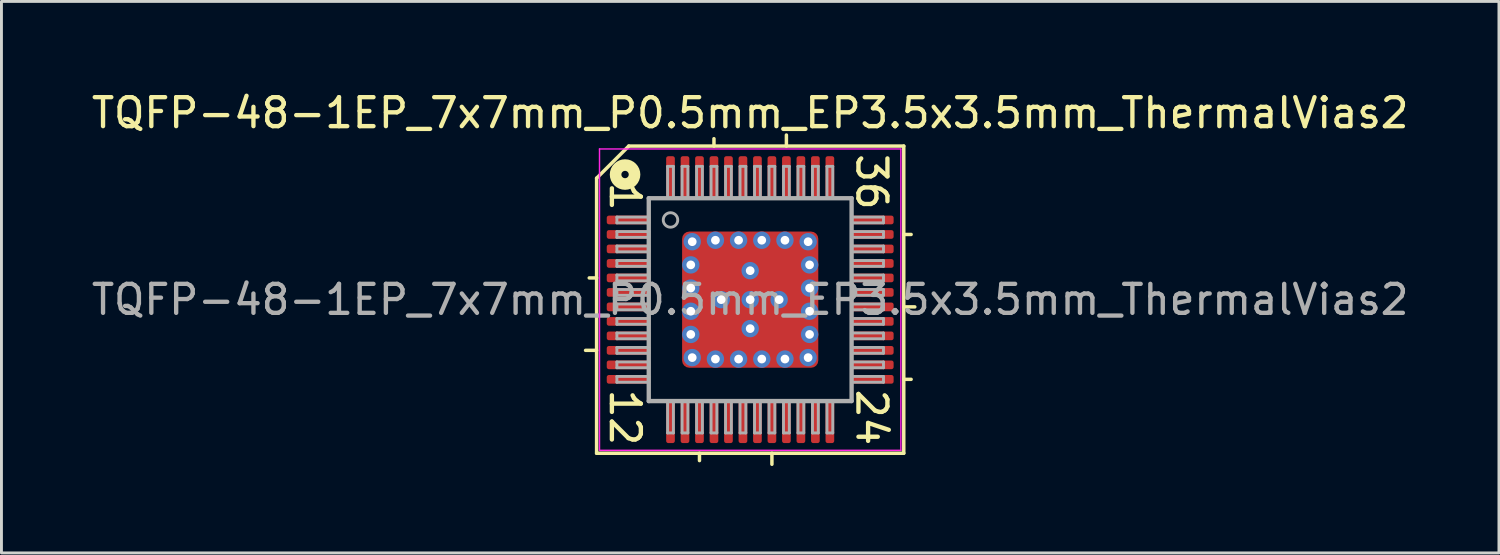
<source format=kicad_pcb>
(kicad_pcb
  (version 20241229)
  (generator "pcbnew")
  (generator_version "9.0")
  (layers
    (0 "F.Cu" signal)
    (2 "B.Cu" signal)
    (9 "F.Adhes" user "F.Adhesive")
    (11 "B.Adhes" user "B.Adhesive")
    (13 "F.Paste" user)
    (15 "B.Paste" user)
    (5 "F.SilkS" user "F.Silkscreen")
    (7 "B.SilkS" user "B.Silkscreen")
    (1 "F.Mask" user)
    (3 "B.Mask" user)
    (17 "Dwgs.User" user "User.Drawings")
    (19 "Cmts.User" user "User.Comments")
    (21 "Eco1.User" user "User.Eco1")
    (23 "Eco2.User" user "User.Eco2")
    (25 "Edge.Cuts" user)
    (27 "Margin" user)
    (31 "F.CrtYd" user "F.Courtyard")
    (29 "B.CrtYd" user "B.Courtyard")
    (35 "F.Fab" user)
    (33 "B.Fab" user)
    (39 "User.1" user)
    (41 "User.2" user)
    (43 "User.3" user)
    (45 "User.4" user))
  (footprint "TQFP-48-1EP_7x7mm_P0.5mm_EP3.5x3.5mm_ThermalVias2"
    (layer "F.Cu")
    (at 22.839 7.291)
    (property "Reference" "TQFP-48-1EP_7x7mm_P0.5mm_EP3.5x3.5mm_ThermalVias2" (at 0 -6.443 0) (layer "F.SilkS") (effects (font (size 1 1) (thickness 0.15))))
    (attr smd)
    (fp_line (start -5.3 -4.191) (end -5.3 5.3) (stroke (width 0.12) (type solid)) (layer "F.SilkS"))
    (fp_line (start -5.3 -0.75) (end -5.554 -0.75) (stroke (width 0.12) (type solid)) (layer "F.SilkS"))
    (fp_line (start -5.3 1.75) (end -5.681 1.75) (stroke (width 0.12) (type solid)) (layer "F.SilkS"))
    (fp_line (start -5.3 5.3) (end 5.3 5.3) (stroke (width 0.12) (type solid)) (layer "F.SilkS"))
    (fp_line (start -4.191 -5.3) (end -5.3 -4.191) (stroke (width 0.12) (type solid)) (layer "F.SilkS"))
    (fp_line (start -1.75 5.3) (end -1.75 5.554) (stroke (width 0.12) (type solid)) (layer "F.SilkS"))
    (fp_line (start -1.25 -5.3) (end -1.25 -5.554) (stroke (width 0.12) (type solid)) (layer "F.SilkS"))
    (fp_line (start 0.75 5.3) (end 0.75 5.681) (stroke (width 0.12) (type solid)) (layer "F.SilkS"))
    (fp_line (start 1.25 -5.3) (end 1.25 -5.681) (stroke (width 0.12) (type solid)) (layer "F.SilkS"))
    (fp_line (start 5.3 -5.3) (end -4.191 -5.3) (stroke (width 0.12) (type solid)) (layer "F.SilkS"))
    (fp_line (start 5.3 -2.25) (end 5.554 -2.25) (stroke (width 0.12) (type solid)) (layer "F.SilkS"))
    (fp_line (start 5.3 0.25) (end 5.681 0.25) (stroke (width 0.12) (type solid)) (layer "F.SilkS"))
    (fp_line (start 5.3 2.75) (end 5.554 2.75) (stroke (width 0.12) (type solid)) (layer "F.SilkS"))
    (fp_line (start 5.3 5.3) (end 5.3 -5.3) (stroke (width 0.12) (type solid)) (layer "F.SilkS"))
    (fp_circle (center -4.318 -4.318) (end -4.191 -4.318) (stroke (width 0.4) (type solid)) (fill no) (layer "F.SilkS"))
    (fp_line (start -5.2 -5.2) (end -5.2 5.2) (stroke (width 0.05) (type solid)) (layer "F.CrtYd"))
    (fp_line (start -5.2 -5.2) (end 5.2 -5.2) (stroke (width 0.05) (type solid)) (layer "F.CrtYd"))
    (fp_line (start -5.2 5.2) (end 5.2 5.2) (stroke (width 0.05) (type solid)) (layer "F.CrtYd"))
    (fp_line (start 5.2 -5.2) (end 5.2 5.2) (stroke (width 0.05) (type solid)) (layer "F.CrtYd"))
    (fp_line (start -4.6 -2.85) (end -4.6 -2.65) (stroke (width 0.1) (type solid)) (layer "F.Fab"))
    (fp_line (start -4.6 -2.85) (end -3.5 -2.85) (stroke (width 0.1) (type solid)) (layer "F.Fab"))
    (fp_line (start -4.6 -2.65) (end -3.5 -2.65) (stroke (width 0.1) (type solid)) (layer "F.Fab"))
    (fp_line (start -4.6 -2.35) (end -4.6 -2.15) (stroke (width 0.1) (type solid)) (layer "F.Fab"))
    (fp_line (start -4.6 -2.35) (end -3.5 -2.35) (stroke (width 0.1) (type solid)) (layer "F.Fab"))
    (fp_line (start -4.6 -2.15) (end -3.5 -2.15) (stroke (width 0.1) (type solid)) (layer "F.Fab"))
    (fp_line (start -4.6 -1.85) (end -4.6 -1.65) (stroke (width 0.1) (type solid)) (layer "F.Fab"))
    (fp_line (start -4.6 -1.85) (end -3.5 -1.85) (stroke (width 0.1) (type solid)) (layer "F.Fab"))
    (fp_line (start -4.6 -1.65) (end -3.5 -1.65) (stroke (width 0.1) (type solid)) (layer "F.Fab"))
    (fp_line (start -4.6 -1.35) (end -4.6 -1.15) (stroke (width 0.1) (type solid)) (layer "F.Fab"))
    (fp_line (start -4.6 -1.35) (end -3.5 -1.35) (stroke (width 0.1) (type solid)) (layer "F.Fab"))
    (fp_line (start -4.6 -1.15) (end -3.5 -1.15) (stroke (width 0.1) (type solid)) (layer "F.Fab"))
    (fp_line (start -4.6 -0.85) (end -4.6 -0.65) (stroke (width 0.1) (type solid)) (layer "F.Fab"))
    (fp_line (start -4.6 -0.85) (end -3.5 -0.85) (stroke (width 0.1) (type solid)) (layer "F.Fab"))
    (fp_line (start -4.6 -0.65) (end -3.5 -0.65) (stroke (width 0.1) (type solid)) (layer "F.Fab"))
    (fp_line (start -4.6 -0.35) (end -4.6 -0.15) (stroke (width 0.1) (type solid)) (layer "F.Fab"))
    (fp_line (start -4.6 -0.35) (end -3.5 -0.35) (stroke (width 0.1) (type solid)) (layer "F.Fab"))
    (fp_line (start -4.6 -0.15) (end -3.5 -0.15) (stroke (width 0.1) (type solid)) (layer "F.Fab"))
    (fp_line (start -4.6 0.15) (end -4.6 0.35) (stroke (width 0.1) (type solid)) (layer "F.Fab"))
    (fp_line (start -4.6 0.15) (end -3.5 0.15) (stroke (width 0.1) (type solid)) (layer "F.Fab"))
    (fp_line (start -4.6 0.35) (end -3.5 0.35) (stroke (width 0.1) (type solid)) (layer "F.Fab"))
    (fp_line (start -4.6 0.65) (end -4.6 0.85) (stroke (width 0.1) (type solid)) (layer "F.Fab"))
    (fp_line (start -4.6 0.65) (end -3.5 0.65) (stroke (width 0.1) (type solid)) (layer "F.Fab"))
    (fp_line (start -4.6 0.85) (end -3.5 0.85) (stroke (width 0.1) (type solid)) (layer "F.Fab"))
    (fp_line (start -4.6 1.15) (end -4.6 1.35) (stroke (width 0.1) (type solid)) (layer "F.Fab"))
    (fp_line (start -4.6 1.15) (end -3.5 1.15) (stroke (width 0.1) (type solid)) (layer "F.Fab"))
    (fp_line (start -4.6 1.35) (end -3.5 1.35) (stroke (width 0.1) (type solid)) (layer "F.Fab"))
    (fp_line (start -4.6 1.65) (end -4.6 1.85) (stroke (width 0.1) (type solid)) (layer "F.Fab"))
    (fp_line (start -4.6 1.65) (end -3.5 1.65) (stroke (width 0.1) (type solid)) (layer "F.Fab"))
    (fp_line (start -4.6 1.85) (end -3.5 1.85) (stroke (width 0.1) (type solid)) (layer "F.Fab"))
    (fp_line (start -4.6 2.15) (end -4.6 2.35) (stroke (width 0.1) (type solid)) (layer "F.Fab"))
    (fp_line (start -4.6 2.15) (end -3.5 2.15) (stroke (width 0.1) (type solid)) (layer "F.Fab"))
    (fp_line (start -4.6 2.35) (end -3.5 2.35) (stroke (width 0.1) (type solid)) (layer "F.Fab"))
    (fp_line (start -4.6 2.65) (end -4.6 2.85) (stroke (width 0.1) (type solid)) (layer "F.Fab"))
    (fp_line (start -4.6 2.65) (end -3.5 2.65) (stroke (width 0.1) (type solid)) (layer "F.Fab"))
    (fp_line (start -4.6 2.85) (end -3.5 2.85) (stroke (width 0.1) (type solid)) (layer "F.Fab"))
    (fp_line (start -3.5 -3.5) (end 3.5 -3.5) (stroke (width 0.15) (type solid)) (layer "F.Fab"))
    (fp_line (start -3.5 3.5) (end -3.5 -3.5) (stroke (width 0.15) (type solid)) (layer "F.Fab"))
    (fp_line (start -2.85 -4.6) (end -2.85 -3.5) (stroke (width 0.1) (type solid)) (layer "F.Fab"))
    (fp_line (start -2.85 4.6) (end -2.85 3.5) (stroke (width 0.1) (type solid)) (layer "F.Fab"))
    (fp_line (start -2.85 4.6) (end -2.65 4.6) (stroke (width 0.1) (type solid)) (layer "F.Fab"))
    (fp_line (start -2.65 -4.6) (end -2.85 -4.6) (stroke (width 0.1) (type solid)) (layer "F.Fab"))
    (fp_line (start -2.65 -4.6) (end -2.65 -3.5) (stroke (width 0.1) (type solid)) (layer "F.Fab"))
    (fp_line (start -2.65 4.6) (end -2.65 3.5) (stroke (width 0.1) (type solid)) (layer "F.Fab"))
    (fp_line (start -2.35 -4.6) (end -2.35 -3.5) (stroke (width 0.1) (type solid)) (layer "F.Fab"))
    (fp_line (start -2.35 4.6) (end -2.35 3.5) (stroke (width 0.1) (type solid)) (layer "F.Fab"))
    (fp_line (start -2.35 4.6) (end -2.15 4.6) (stroke (width 0.1) (type solid)) (layer "F.Fab"))
    (fp_line (start -2.15 -4.6) (end -2.35 -4.6) (stroke (width 0.1) (type solid)) (layer "F.Fab"))
    (fp_line (start -2.15 -4.6) (end -2.15 -3.5) (stroke (width 0.1) (type solid)) (layer "F.Fab"))
    (fp_line (start -2.15 4.6) (end -2.15 3.5) (stroke (width 0.1) (type solid)) (layer "F.Fab"))
    (fp_line (start -1.85 -4.6) (end -1.85 -3.5) (stroke (width 0.1) (type solid)) (layer "F.Fab"))
    (fp_line (start -1.85 4.6) (end -1.85 3.5) (stroke (width 0.1) (type solid)) (layer "F.Fab"))
    (fp_line (start -1.85 4.6) (end -1.65 4.6) (stroke (width 0.1) (type solid)) (layer "F.Fab"))
    (fp_line (start -1.65 -4.6) (end -1.85 -4.6) (stroke (width 0.1) (type solid)) (layer "F.Fab"))
    (fp_line (start -1.65 -4.6) (end -1.65 -3.5) (stroke (width 0.1) (type solid)) (layer "F.Fab"))
    (fp_line (start -1.65 4.6) (end -1.65 3.5) (stroke (width 0.1) (type solid)) (layer "F.Fab"))
    (fp_line (start -1.35 -4.6) (end -1.35 -3.5) (stroke (width 0.1) (type solid)) (layer "F.Fab"))
    (fp_line (start -1.35 4.6) (end -1.35 3.5) (stroke (width 0.1) (type solid)) (layer "F.Fab"))
    (fp_line (start -1.35 4.6) (end -1.15 4.6) (stroke (width 0.1) (type solid)) (layer "F.Fab"))
    (fp_line (start -1.15 -4.6) (end -1.35 -4.6) (stroke (width 0.1) (type solid)) (layer "F.Fab"))
    (fp_line (start -1.15 -4.6) (end -1.15 -3.5) (stroke (width 0.1) (type solid)) (layer "F.Fab"))
    (fp_line (start -1.15 4.6) (end -1.15 3.5) (stroke (width 0.1) (type solid)) (layer "F.Fab"))
    (fp_line (start -0.85 -4.6) (end -0.85 -3.5) (stroke (width 0.1) (type solid)) (layer "F.Fab"))
    (fp_line (start -0.85 4.6) (end -0.85 3.5) (stroke (width 0.1) (type solid)) (layer "F.Fab"))
    (fp_line (start -0.85 4.6) (end -0.65 4.6) (stroke (width 0.1) (type solid)) (layer "F.Fab"))
    (fp_line (start -0.65 -4.6) (end -0.85 -4.6) (stroke (width 0.1) (type solid)) (layer "F.Fab"))
    (fp_line (start -0.65 -4.6) (end -0.65 -3.5) (stroke (width 0.1) (type solid)) (layer "F.Fab"))
    (fp_line (start -0.65 4.6) (end -0.65 3.5) (stroke (width 0.1) (type solid)) (layer "F.Fab"))
    (fp_line (start -0.35 -4.6) (end -0.35 -3.5) (stroke (width 0.1) (type solid)) (layer "F.Fab"))
    (fp_line (start -0.35 4.6) (end -0.35 3.5) (stroke (width 0.1) (type solid)) (layer "F.Fab"))
    (fp_line (start -0.35 4.6) (end -0.15 4.6) (stroke (width 0.1) (type solid)) (layer "F.Fab"))
    (fp_line (start -0.15 -4.6) (end -0.35 -4.6) (stroke (width 0.1) (type solid)) (layer "F.Fab"))
    (fp_line (start -0.15 -4.6) (end -0.15 -3.5) (stroke (width 0.1) (type solid)) (layer "F.Fab"))
    (fp_line (start -0.15 4.6) (end -0.15 3.5) (stroke (width 0.1) (type solid)) (layer "F.Fab"))
    (fp_line (start 0.15 -4.6) (end 0.15 -3.5) (stroke (width 0.1) (type solid)) (layer "F.Fab"))
    (fp_line (start 0.15 4.6) (end 0.15 3.5) (stroke (width 0.1) (type solid)) (layer "F.Fab"))
    (fp_line (start 0.15 4.6) (end 0.35 4.6) (stroke (width 0.1) (type solid)) (layer "F.Fab"))
    (fp_line (start 0.35 -4.6) (end 0.15 -4.6) (stroke (width 0.1) (type solid)) (layer "F.Fab"))
    (fp_line (start 0.35 -4.6) (end 0.35 -3.5) (stroke (width 0.1) (type solid)) (layer "F.Fab"))
    (fp_line (start 0.35 4.6) (end 0.35 3.5) (stroke (width 0.1) (type solid)) (layer "F.Fab"))
    (fp_line (start 0.65 -4.6) (end 0.65 -3.5) (stroke (width 0.1) (type solid)) (layer "F.Fab"))
    (fp_line (start 0.65 4.6) (end 0.65 3.5) (stroke (width 0.1) (type solid)) (layer "F.Fab"))
    (fp_line (start 0.65 4.6) (end 0.85 4.6) (stroke (width 0.1) (type solid)) (layer "F.Fab"))
    (fp_line (start 0.85 -4.6) (end 0.65 -4.6) (stroke (width 0.1) (type solid)) (layer "F.Fab"))
    (fp_line (start 0.85 -4.6) (end 0.85 -3.5) (stroke (width 0.1) (type solid)) (layer "F.Fab"))
    (fp_line (start 0.85 4.6) (end 0.85 3.5) (stroke (width 0.1) (type solid)) (layer "F.Fab"))
    (fp_line (start 1.15 -4.6) (end 1.15 -3.5) (stroke (width 0.1) (type solid)) (layer "F.Fab"))
    (fp_line (start 1.15 4.6) (end 1.15 3.5) (stroke (width 0.1) (type solid)) (layer "F.Fab"))
    (fp_line (start 1.15 4.6) (end 1.35 4.6) (stroke (width 0.1) (type solid)) (layer "F.Fab"))
    (fp_line (start 1.35 -4.6) (end 1.15 -4.6) (stroke (width 0.1) (type solid)) (layer "F.Fab"))
    (fp_line (start 1.35 -4.6) (end 1.35 -3.5) (stroke (width 0.1) (type solid)) (layer "F.Fab"))
    (fp_line (start 1.35 4.6) (end 1.35 3.5) (stroke (width 0.1) (type solid)) (layer "F.Fab"))
    (fp_line (start 1.65 -4.6) (end 1.65 -3.5) (stroke (width 0.1) (type solid)) (layer "F.Fab"))
    (fp_line (start 1.65 4.6) (end 1.65 3.5) (stroke (width 0.1) (type solid)) (layer "F.Fab"))
    (fp_line (start 1.65 4.6) (end 1.85 4.6) (stroke (width 0.1) (type solid)) (layer "F.Fab"))
    (fp_line (start 1.85 -4.6) (end 1.65 -4.6) (stroke (width 0.1) (type solid)) (layer "F.Fab"))
    (fp_line (start 1.85 -4.6) (end 1.85 -3.5) (stroke (width 0.1) (type solid)) (layer "F.Fab"))
    (fp_line (start 1.85 4.6) (end 1.85 3.5) (stroke (width 0.1) (type solid)) (layer "F.Fab"))
    (fp_line (start 2.15 -4.6) (end 2.15 -3.5) (stroke (width 0.1) (type solid)) (layer "F.Fab"))
    (fp_line (start 2.15 4.6) (end 2.15 3.5) (stroke (width 0.1) (type solid)) (layer "F.Fab"))
    (fp_line (start 2.15 4.6) (end 2.35 4.6) (stroke (width 0.1) (type solid)) (layer "F.Fab"))
    (fp_line (start 2.35 -4.6) (end 2.15 -4.6) (stroke (width 0.1) (type solid)) (layer "F.Fab"))
    (fp_line (start 2.35 -4.6) (end 2.35 -3.5) (stroke (width 0.1) (type solid)) (layer "F.Fab"))
    (fp_line (start 2.35 4.6) (end 2.35 3.5) (stroke (width 0.1) (type solid)) (layer "F.Fab"))
    (fp_line (start 2.65 -4.6) (end 2.65 -3.5) (stroke (width 0.1) (type solid)) (layer "F.Fab"))
    (fp_line (start 2.65 4.6) (end 2.65 3.5) (stroke (width 0.1) (type solid)) (layer "F.Fab"))
    (fp_line (start 2.65 4.6) (end 2.85 4.6) (stroke (width 0.1) (type solid)) (layer "F.Fab"))
    (fp_line (start 2.85 -4.6) (end 2.65 -4.6) (stroke (width 0.1) (type solid)) (layer "F.Fab"))
    (fp_line (start 2.85 -4.6) (end 2.85 -3.5) (stroke (width 0.1) (type solid)) (layer "F.Fab"))
    (fp_line (start 2.85 4.6) (end 2.85 3.5) (stroke (width 0.1) (type solid)) (layer "F.Fab"))
    (fp_line (start 3.5 -3.5) (end 3.5 3.5) (stroke (width 0.15) (type solid)) (layer "F.Fab"))
    (fp_line (start 3.5 3.5) (end -3.5 3.5) (stroke (width 0.15) (type solid)) (layer "F.Fab"))
    (fp_line (start 4.6 -2.85) (end 3.5 -2.85) (stroke (width 0.1) (type solid)) (layer "F.Fab"))
    (fp_line (start 4.6 -2.65) (end 3.5 -2.65) (stroke (width 0.1) (type solid)) (layer "F.Fab"))
    (fp_line (start 4.6 -2.65) (end 4.6 -2.85) (stroke (width 0.1) (type solid)) (layer "F.Fab"))
    (fp_line (start 4.6 -2.35) (end 3.5 -2.35) (stroke (width 0.1) (type solid)) (layer "F.Fab"))
    (fp_line (start 4.6 -2.15) (end 3.5 -2.15) (stroke (width 0.1) (type solid)) (layer "F.Fab"))
    (fp_line (start 4.6 -2.15) (end 4.6 -2.35) (stroke (width 0.1) (type solid)) (layer "F.Fab"))
    (fp_line (start 4.6 -1.85) (end 3.5 -1.85) (stroke (width 0.1) (type solid)) (layer "F.Fab"))
    (fp_line (start 4.6 -1.65) (end 3.5 -1.65) (stroke (width 0.1) (type solid)) (layer "F.Fab"))
    (fp_line (start 4.6 -1.65) (end 4.6 -1.85) (stroke (width 0.1) (type solid)) (layer "F.Fab"))
    (fp_line (start 4.6 -1.35) (end 3.5 -1.35) (stroke (width 0.1) (type solid)) (layer "F.Fab"))
    (fp_line (start 4.6 -1.15) (end 3.5 -1.15) (stroke (width 0.1) (type solid)) (layer "F.Fab"))
    (fp_line (start 4.6 -1.15) (end 4.6 -1.35) (stroke (width 0.1) (type solid)) (layer "F.Fab"))
    (fp_line (start 4.6 -0.85) (end 3.5 -0.85) (stroke (width 0.1) (type solid)) (layer "F.Fab"))
    (fp_line (start 4.6 -0.65) (end 3.5 -0.65) (stroke (width 0.1) (type solid)) (layer "F.Fab"))
    (fp_line (start 4.6 -0.65) (end 4.6 -0.85) (stroke (width 0.1) (type solid)) (layer "F.Fab"))
    (fp_line (start 4.6 -0.35) (end 3.5 -0.35) (stroke (width 0.1) (type solid)) (layer "F.Fab"))
    (fp_line (start 4.6 -0.15) (end 3.5 -0.15) (stroke (width 0.1) (type solid)) (layer "F.Fab"))
    (fp_line (start 4.6 -0.15) (end 4.6 -0.35) (stroke (width 0.1) (type solid)) (layer "F.Fab"))
    (fp_line (start 4.6 0.15) (end 3.5 0.15) (stroke (width 0.1) (type solid)) (layer "F.Fab"))
    (fp_line (start 4.6 0.35) (end 3.5 0.35) (stroke (width 0.1) (type solid)) (layer "F.Fab"))
    (fp_line (start 4.6 0.35) (end 4.6 0.15) (stroke (width 0.1) (type solid)) (layer "F.Fab"))
    (fp_line (start 4.6 0.65) (end 3.5 0.65) (stroke (width 0.1) (type solid)) (layer "F.Fab"))
    (fp_line (start 4.6 0.85) (end 3.5 0.85) (stroke (width 0.1) (type solid)) (layer "F.Fab"))
    (fp_line (start 4.6 0.85) (end 4.6 0.65) (stroke (width 0.1) (type solid)) (layer "F.Fab"))
    (fp_line (start 4.6 1.15) (end 3.5 1.15) (stroke (width 0.1) (type solid)) (layer "F.Fab"))
    (fp_line (start 4.6 1.35) (end 3.5 1.35) (stroke (width 0.1) (type solid)) (layer "F.Fab"))
    (fp_line (start 4.6 1.35) (end 4.6 1.15) (stroke (width 0.1) (type solid)) (layer "F.Fab"))
    (fp_line (start 4.6 1.65) (end 3.5 1.65) (stroke (width 0.1) (type solid)) (layer "F.Fab"))
    (fp_line (start 4.6 1.85) (end 3.5 1.85) (stroke (width 0.1) (type solid)) (layer "F.Fab"))
    (fp_line (start 4.6 1.85) (end 4.6 1.65) (stroke (width 0.1) (type solid)) (layer "F.Fab"))
    (fp_line (start 4.6 2.15) (end 3.5 2.15) (stroke (width 0.1) (type solid)) (layer "F.Fab"))
    (fp_line (start 4.6 2.35) (end 3.5 2.35) (stroke (width 0.1) (type solid)) (layer "F.Fab"))
    (fp_line (start 4.6 2.35) (end 4.6 2.15) (stroke (width 0.1) (type solid)) (layer "F.Fab"))
    (fp_line (start 4.6 2.65) (end 3.5 2.65) (stroke (width 0.1) (type solid)) (layer "F.Fab"))
    (fp_line (start 4.6 2.85) (end 3.5 2.85) (stroke (width 0.1) (type solid)) (layer "F.Fab"))
    (fp_line (start 4.6 2.85) (end 4.6 2.65) (stroke (width 0.1) (type solid)) (layer "F.Fab"))
    (fp_circle (center -2.75 -2.75) (end -2.5 -2.75) (stroke (width 0.1) (type solid)) (fill no) (layer "F.Fab"))
    (fp_text user "12" (at -4.318 4.064 270) (unlocked yes) (layer "F.SilkS") (effects (font (size 1 1) (thickness 0.15))))
    (fp_text user "36" (at 4.191 -4.064 270) (unlocked yes) (layer "F.SilkS") (effects (font (size 1 1) (thickness 0.15))))
    (fp_text user "24" (at 4.191 4.064 270) (unlocked yes) (layer "F.SilkS") (effects (font (size 1 1) (thickness 0.15))))
    (fp_text user "1" (at -4.318 -3.556 270) (unlocked yes) (layer "F.SilkS") (effects (font (size 1 1) (thickness 0.15))))
    (fp_text user "${REFERENCE}" (at 0 0 0) (layer "F.Fab") (effects (font (size 1 1) (thickness 0.15))))
    (pad "" smd roundrect (at -1.4 -1.4 90) (size 0.5 0.5) (layers "F.Paste") (roundrect_rratio 0.25))
    (pad "" smd roundrect (at -1.4 -0.65 90) (size 0.5 0.5) (layers "F.Paste") (roundrect_rratio 0.25))
    (pad "" smd roundrect (at -1.4 0.65 90) (size 0.5 0.5) (layers "F.Paste") (roundrect_rratio 0.25))
    (pad "" smd roundrect (at -1.4 1.4 90) (size 0.5 0.5) (layers "F.Paste") (roundrect_rratio 0.25))
    (pad "" smd roundrect (at -1.025 -1.025 90) (size 1.45 1.45) (layers "F.Mask") (roundrect_rratio 0.172))
    (pad "" smd roundrect (at -1.025 1.025 90) (size 1.45 1.45) (layers "F.Mask") (roundrect_rratio 0.172))
    (pad "" smd roundrect (at -0.65 -1.4 90) (size 0.5 0.5) (layers "F.Paste") (roundrect_rratio 0.25))
    (pad "" smd roundrect (at -0.65 -0.65 90) (size 0.5 0.5) (layers "F.Paste") (roundrect_rratio 0.25))
    (pad "" smd roundrect (at -0.65 0.65 90) (size 0.5 0.5) (layers "F.Paste") (roundrect_rratio 0.25))
    (pad "" smd roundrect (at -0.65 1.4 90) (size 0.5 0.5) (layers "F.Paste") (roundrect_rratio 0.25))
    (pad "" smd roundrect (at 0.65 -1.4 90) (size 0.5 0.5) (layers "F.Paste") (roundrect_rratio 0.25))
    (pad "" smd roundrect (at 0.65 -0.65 90) (size 0.5 0.5) (layers "F.Paste") (roundrect_rratio 0.25))
    (pad "" smd roundrect (at 0.65 0.65 90) (size 0.5 0.5) (layers "F.Paste") (roundrect_rratio 0.25))
    (pad "" smd roundrect (at 0.65 1.4 90) (size 0.5 0.5) (layers "F.Paste") (roundrect_rratio 0.25))
    (pad "" smd roundrect (at 1.025 -1.025 90) (size 1.45 1.45) (layers "F.Mask") (roundrect_rratio 0.172))
    (pad "" smd roundrect (at 1.025 1.025 90) (size 1.45 1.45) (layers "F.Mask") (roundrect_rratio 0.172))
    (pad "" smd roundrect (at 1.4 -1.4 90) (size 0.5 0.5) (layers "F.Paste") (roundrect_rratio 0.25))
    (pad "" smd roundrect (at 1.4 -0.65 90) (size 0.5 0.5) (layers "F.Paste") (roundrect_rratio 0.25))
    (pad "" smd roundrect (at 1.4 0.65 90) (size 0.5 0.5) (layers "F.Paste") (roundrect_rratio 0.25))
    (pad "" smd roundrect (at 1.4 1.4 90) (size 0.5 0.5) (layers "F.Paste") (roundrect_rratio 0.25))
    (pad "1" smd roundrect (at -4.2 -2.75) (size 1.5 0.3) (layers "F.Cu" "F.Mask" "F.Paste") (roundrect_rratio 0.25))
    (pad "2" smd roundrect (at -4.2 -2.25) (size 1.5 0.3) (layers "F.Cu" "F.Mask" "F.Paste") (roundrect_rratio 0.25))
    (pad "3" smd roundrect (at -4.2 -1.75) (size 1.5 0.3) (layers "F.Cu" "F.Mask" "F.Paste") (roundrect_rratio 0.25))
    (pad "4" smd roundrect (at -4.2 -1.25) (size 1.5 0.3) (layers "F.Cu" "F.Mask" "F.Paste") (roundrect_rratio 0.25))
    (pad "5" smd roundrect (at -4.2 -0.75) (size 1.5 0.3) (layers "F.Cu" "F.Mask" "F.Paste") (roundrect_rratio 0.25))
    (pad "6" smd roundrect (at -4.2 -0.25) (size 1.5 0.3) (layers "F.Cu" "F.Mask" "F.Paste") (roundrect_rratio 0.25))
    (pad "7" smd roundrect (at -4.2 0.25) (size 1.5 0.3) (layers "F.Cu" "F.Mask" "F.Paste") (roundrect_rratio 0.25))
    (pad "8" smd roundrect (at -4.2 0.75) (size 1.5 0.3) (layers "F.Cu" "F.Mask" "F.Paste") (roundrect_rratio 0.25))
    (pad "9" smd roundrect (at -4.2 1.25) (size 1.5 0.3) (layers "F.Cu" "F.Mask" "F.Paste") (roundrect_rratio 0.25))
    (pad "10" smd roundrect (at -4.2 1.75) (size 1.5 0.3) (layers "F.Cu" "F.Mask" "F.Paste") (roundrect_rratio 0.25))
    (pad "11" smd roundrect (at -4.2 2.25) (size 1.5 0.3) (layers "F.Cu" "F.Mask" "F.Paste") (roundrect_rratio 0.25))
    (pad "12" smd roundrect (at -4.2 2.75) (size 1.5 0.3) (layers "F.Cu" "F.Mask" "F.Paste") (roundrect_rratio 0.25))
    (pad "13" smd roundrect (at -2.75 4.2 90) (size 1.5 0.3) (layers "F.Cu" "F.Mask" "F.Paste") (roundrect_rratio 0.25))
    (pad "14" smd roundrect (at -2.25 4.2 90) (size 1.5 0.3) (layers "F.Cu" "F.Mask" "F.Paste") (roundrect_rratio 0.25))
    (pad "15" smd roundrect (at -1.75 4.2 90) (size 1.5 0.3) (layers "F.Cu" "F.Mask" "F.Paste") (roundrect_rratio 0.25))
    (pad "16" smd roundrect (at -1.25 4.2 90) (size 1.5 0.3) (layers "F.Cu" "F.Mask" "F.Paste") (roundrect_rratio 0.25))
    (pad "17" smd roundrect (at -0.75 4.2 90) (size 1.5 0.3) (layers "F.Cu" "F.Mask" "F.Paste") (roundrect_rratio 0.25))
    (pad "18" smd roundrect (at -0.25 4.2 90) (size 1.5 0.3) (layers "F.Cu" "F.Mask" "F.Paste") (roundrect_rratio 0.25))
    (pad "19" smd roundrect (at 0.25 4.2 90) (size 1.5 0.3) (layers "F.Cu" "F.Mask" "F.Paste") (roundrect_rratio 0.25))
    (pad "20" smd roundrect (at 0.75 4.2 90) (size 1.5 0.3) (layers "F.Cu" "F.Mask" "F.Paste") (roundrect_rratio 0.25))
    (pad "21" smd roundrect (at 1.25 4.2 90) (size 1.5 0.3) (layers "F.Cu" "F.Mask" "F.Paste") (roundrect_rratio 0.25))
    (pad "22" smd roundrect (at 1.75 4.2 90) (size 1.5 0.3) (layers "F.Cu" "F.Mask" "F.Paste") (roundrect_rratio 0.25))
    (pad "23" smd roundrect (at 2.25 4.2 90) (size 1.5 0.3) (layers "F.Cu" "F.Mask" "F.Paste") (roundrect_rratio 0.25))
    (pad "24" smd roundrect (at 2.75 4.2 90) (size 1.5 0.3) (layers "F.Cu" "F.Mask" "F.Paste") (roundrect_rratio 0.25))
    (pad "25" smd roundrect (at 4.2 2.75) (size 1.5 0.3) (layers "F.Cu" "F.Mask" "F.Paste") (roundrect_rratio 0.25))
    (pad "26" smd roundrect (at 4.2 2.25) (size 1.5 0.3) (layers "F.Cu" "F.Mask" "F.Paste") (roundrect_rratio 0.25))
    (pad "27" smd roundrect (at 4.2 1.75) (size 1.5 0.3) (layers "F.Cu" "F.Mask" "F.Paste") (roundrect_rratio 0.25))
    (pad "28" smd roundrect (at 4.2 1.25) (size 1.5 0.3) (layers "F.Cu" "F.Mask" "F.Paste") (roundrect_rratio 0.25))
    (pad "29" smd roundrect (at 4.2 0.75) (size 1.5 0.3) (layers "F.Cu" "F.Mask" "F.Paste") (roundrect_rratio 0.25))
    (pad "30" smd roundrect (at 4.2 0.25) (size 1.5 0.3) (layers "F.Cu" "F.Mask" "F.Paste") (roundrect_rratio 0.25))
    (pad "31" smd roundrect (at 4.2 -0.25) (size 1.5 0.3) (layers "F.Cu" "F.Mask" "F.Paste") (roundrect_rratio 0.25))
    (pad "32" smd roundrect (at 4.2 -0.75) (size 1.5 0.3) (layers "F.Cu" "F.Mask" "F.Paste") (roundrect_rratio 0.25))
    (pad "33" smd roundrect (at 4.2 -1.25) (size 1.5 0.3) (layers "F.Cu" "F.Mask" "F.Paste") (roundrect_rratio 0.25))
    (pad "34" smd roundrect (at 4.2 -1.75) (size 1.5 0.3) (layers "F.Cu" "F.Mask" "F.Paste") (roundrect_rratio 0.25))
    (pad "35" smd roundrect (at 4.2 -2.25) (size 1.5 0.3) (layers "F.Cu" "F.Mask" "F.Paste") (roundrect_rratio 0.25))
    (pad "36" smd roundrect (at 4.2 -2.75) (size 1.5 0.3) (layers "F.Cu" "F.Mask" "F.Paste") (roundrect_rratio 0.25))
    (pad "37" smd roundrect (at 2.75 -4.2 90) (size 1.5 0.3) (layers "F.Cu" "F.Mask" "F.Paste") (roundrect_rratio 0.25))
    (pad "38" smd roundrect (at 2.25 -4.2 90) (size 1.5 0.3) (layers "F.Cu" "F.Mask" "F.Paste") (roundrect_rratio 0.25))
    (pad "39" smd roundrect (at 1.75 -4.2 90) (size 1.5 0.3) (layers "F.Cu" "F.Mask" "F.Paste") (roundrect_rratio 0.25))
    (pad "40" smd roundrect (at 1.25 -4.2 90) (size 1.5 0.3) (layers "F.Cu" "F.Mask" "F.Paste") (roundrect_rratio 0.25))
    (pad "41" smd roundrect (at 0.75 -4.2 90) (size 1.5 0.3) (layers "F.Cu" "F.Mask" "F.Paste") (roundrect_rratio 0.25))
    (pad "42" smd roundrect (at 0.25 -4.2 90) (size 1.5 0.3) (layers "F.Cu" "F.Mask" "F.Paste") (roundrect_rratio 0.25))
    (pad "43" smd roundrect (at -0.25 -4.2 90) (size 1.5 0.3) (layers "F.Cu" "F.Mask" "F.Paste") (roundrect_rratio 0.25))
    (pad "44" smd roundrect (at -0.75 -4.2 90) (size 1.5 0.3) (layers "F.Cu" "F.Mask" "F.Paste") (roundrect_rratio 0.25))
    (pad "45" smd roundrect (at -1.25 -4.2 90) (size 1.5 0.3) (layers "F.Cu" "F.Mask" "F.Paste") (roundrect_rratio 0.25))
    (pad "46" smd roundrect (at -1.75 -4.2 90) (size 1.5 0.3) (layers "F.Cu" "F.Mask" "F.Paste") (roundrect_rratio 0.25))
    (pad "47" smd roundrect (at -2.25 -4.2 90) (size 1.5 0.3) (layers "F.Cu" "F.Mask" "F.Paste") (roundrect_rratio 0.25))
    (pad "48" smd roundrect (at -2.75 -4.2 90) (size 1.5 0.3) (layers "F.Cu" "F.Mask" "F.Paste") (roundrect_rratio 0.25))
    (pad "49" thru_hole circle (at -2.05 -1.2) (size 0.6 0.6) (drill 0.3) (property pad_prop_heatsink) (layers "*.Cu" "*.Mask"))
    (pad "49" thru_hole circle (at -2.05 -0.4) (size 0.6 0.6) (drill 0.3) (property pad_prop_heatsink) (layers "*.Cu" "*.Mask"))
    (pad "49" thru_hole circle (at -2.05 0.4) (size 0.6 0.6) (drill 0.3) (property pad_prop_heatsink) (layers "*.Cu" "*.Mask"))
    (pad "49" thru_hole circle (at -2.05 1.2) (size 0.6 0.6) (drill 0.3) (property pad_prop_heatsink) (layers "*.Cu" "*.Mask"))
    (pad "49" thru_hole circle (at -2 -2) (size 0.6 0.6) (drill 0.3) (property pad_prop_heatsink) (layers "*.Cu" "*.Mask"))
    (pad "49" thru_hole circle (at -2 2) (size 0.6 0.6) (drill 0.3) (property pad_prop_heatsink) (layers "*.Cu" "*.Mask"))
    (pad "49" thru_hole circle (at -1.2 -2.05) (size 0.6 0.6) (drill 0.3) (property pad_prop_heatsink) (layers "*.Cu" "*.Mask"))
    (pad "49" thru_hole circle (at -1.2 2.05) (size 0.6 0.6) (drill 0.3) (property pad_prop_heatsink) (layers "*.Cu" "*.Mask"))
    (pad "49" thru_hole circle (at -1 0 270) (size 0.6 0.6) (drill 0.3) (property pad_prop_heatsink) (layers "*.Cu" "*.Mask"))
    (pad "49" thru_hole circle (at -0.4 -2.05) (size 0.6 0.6) (drill 0.3) (property pad_prop_heatsink) (layers "*.Cu" "*.Mask"))
    (pad "49" thru_hole circle (at -0.4 2.05) (size 0.6 0.6) (drill 0.3) (property pad_prop_heatsink) (layers "*.Cu" "*.Mask"))
    (pad "49" thru_hole circle (at 0 -1 180) (size 0.6 0.6) (drill 0.3) (property pad_prop_heatsink) (layers "*.Cu" "*.Mask"))
    (pad "49" thru_hole circle (at 0 0 180) (size 0.6 0.6) (drill 0.3) (property pad_prop_heatsink) (layers "*.Cu" "*.Mask"))
    (pad "49" smd roundrect (at 0 0) (size 4.7 4.7) (layers "F.Cu") (roundrect_rratio 0.053))
    (pad "49" thru_hole circle (at 0 1 180) (size 0.6 0.6) (drill 0.3) (property pad_prop_heatsink) (layers "*.Cu" "*.Mask"))
    (pad "49" thru_hole circle (at 0.4 -2.05 180) (size 0.6 0.6) (drill 0.3) (property pad_prop_heatsink) (layers "*.Cu" "*.Mask"))
    (pad "49" thru_hole circle (at 0.4 2.05 180) (size 0.6 0.6) (drill 0.3) (property pad_prop_heatsink) (layers "*.Cu" "*.Mask"))
    (pad "49" thru_hole circle (at 1 0 270) (size 0.6 0.6) (drill 0.3) (property pad_prop_heatsink) (layers "*.Cu" "*.Mask"))
    (pad "49" thru_hole circle (at 1.2 -2.05 180) (size 0.6 0.6) (drill 0.3) (property pad_prop_heatsink) (layers "*.Cu" "*.Mask"))
    (pad "49" thru_hole circle (at 1.2 2.05 180) (size 0.6 0.6) (drill 0.3) (property pad_prop_heatsink) (layers "*.Cu" "*.Mask"))
    (pad "49" thru_hole circle (at 2 -2 180) (size 0.6 0.6) (drill 0.3) (property pad_prop_heatsink) (layers "*.Cu" "*.Mask"))
    (pad "49" thru_hole circle (at 2 2 180) (size 0.6 0.6) (drill 0.3) (property pad_prop_heatsink) (layers "*.Cu" "*.Mask"))
    (pad "49" thru_hole circle (at 2.05 -1.2 180) (size 0.6 0.6) (drill 0.3) (property pad_prop_heatsink) (layers "*.Cu" "*.Mask"))
    (pad "49" thru_hole circle (at 2.05 -0.4 180) (size 0.6 0.6) (drill 0.3) (property pad_prop_heatsink) (layers "*.Cu" "*.Mask"))
    (pad "49" thru_hole circle (at 2.05 0.4 180) (size 0.6 0.6) (drill 0.3) (property pad_prop_heatsink) (layers "*.Cu" "*.Mask"))
    (pad "49" thru_hole circle (at 2.05 1.2 180) (size 0.6 0.6) (drill 0.3) (property pad_prop_heatsink) (layers "*.Cu" "*.Mask")))
  (gr_rect
    (start -3 -3)
    (end 48.679 16.032)
    (stroke (width 0.1) (type default))
    (fill no)
    (layer "Edge.Cuts")))
</source>
